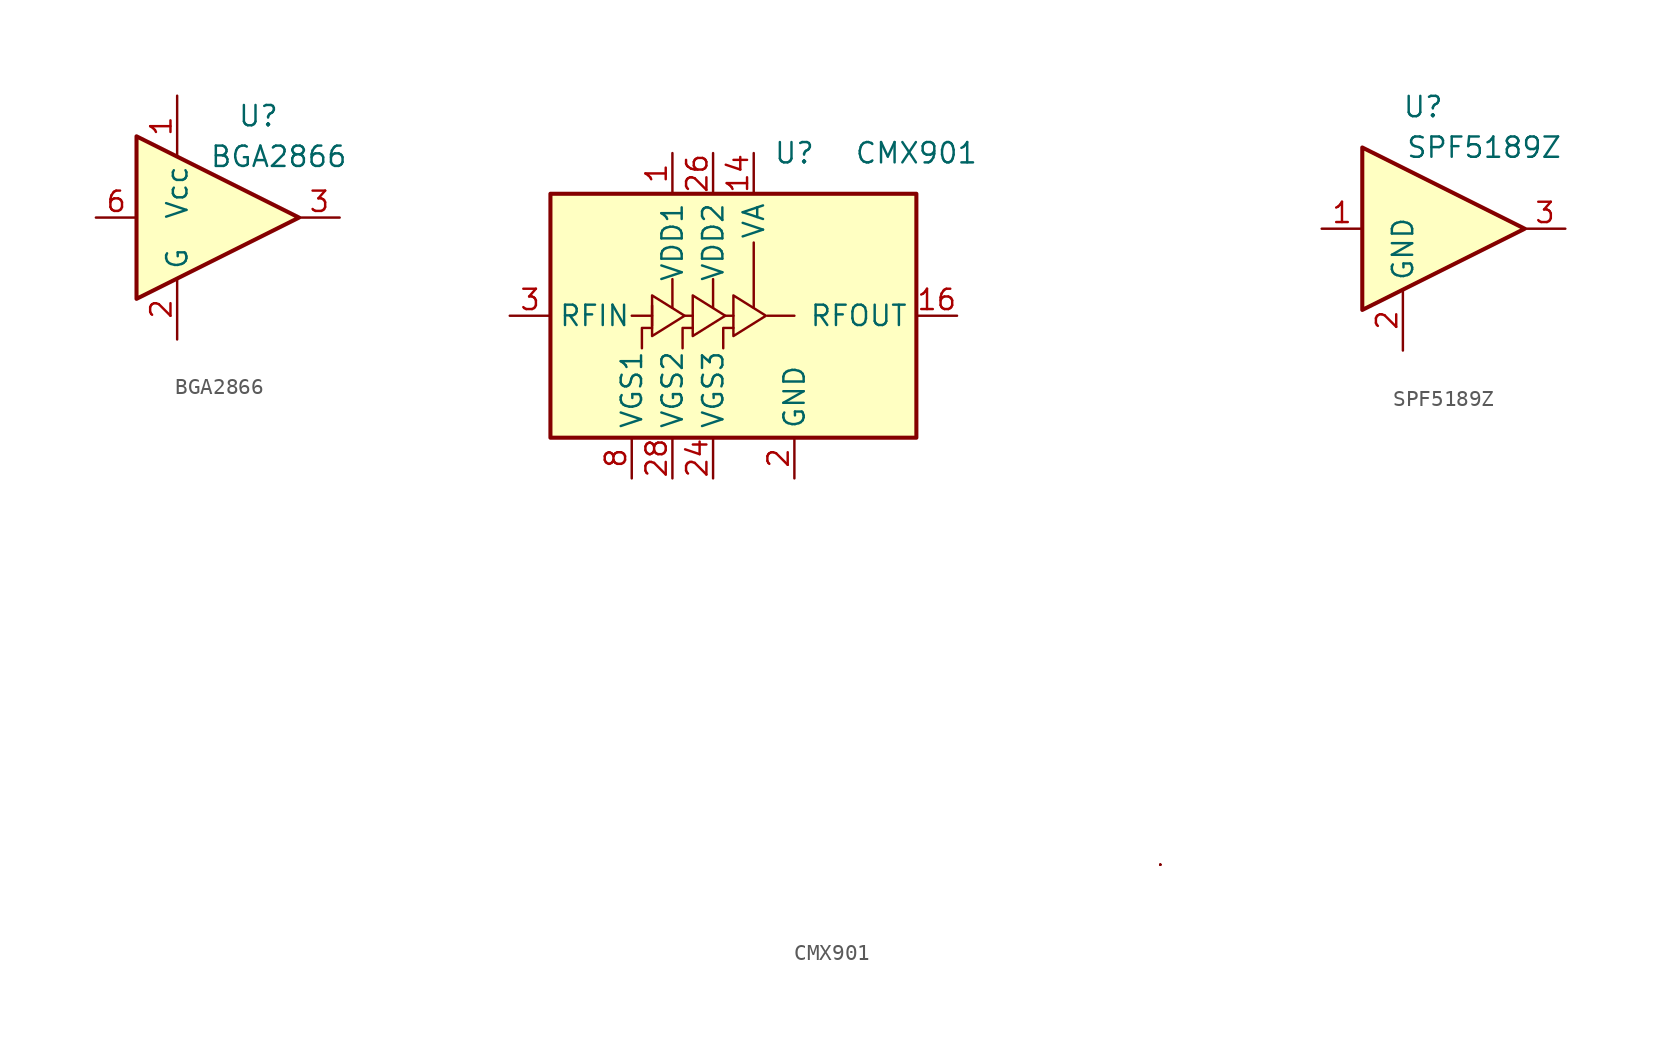
<source format=kicad_sym>
(kicad_symbol_lib
  (version 20241209)
  (generator "kicad_symbol_editor")
  (generator_version "9.0")
  (symbol "BGA2866"
    (property "Reference" "U"
      (at 2.54 6.35 0)
      (effects (font (size 1.27 1.27))))
    (property "Value" "BGA2866"
      (at 3.81 3.81 0)
      (effects (font (size 1.27 1.27))))
    (symbol "BGA2866_0_1"
      (polyline (pts (xy 5.08 0) (xy -5.08 5.08) (xy -5.08 -5.08) (xy 5.08 0)) (stroke (width 0.254) (type default)) (fill (type background))))
    (symbol "BGA2866_1_1"
      (pin input line (at -7.62 0 0) (length 2.54) (name "~" (effects (font (size 1.27 1.27)))) (number "6" (effects (font (size 1.27 1.27)))))
      (pin power_in line (at -2.54 7.62 270) (length 3.81) (name "Vcc" (effects (font (size 1.27 1.27)))) (number "1" (effects (font (size 1.27 1.27)))))
      (pin power_in line (at -2.54 -7.62 90) (length 3.81) (name "G" (effects (font (size 1.27 1.27)))) (number "2" (effects (font (size 1.27 1.27)))))
      (pin passive line (at -2.54 -7.62 90) (length 3.81) (hide yes) (name "G" (effects (font (size 1.27 1.27)))) (number "4" (effects (font (size 1.27 1.27)))))
      (pin passive line (at -2.54 -7.62 90) (length 3.81) (hide yes) (name "G" (effects (font (size 1.27 1.27)))) (number "5" (effects (font (size 1.27 1.27)))))
      (pin output line (at 7.62 0 180) (length 2.54) (name "~" (effects (font (size 1.27 1.27)))) (number "3" (effects (font (size 1.27 1.27)))))))
  (symbol "CMX901"
    (property "Reference" "U"
      (at 2.54 10.16 0)
      (effects (font (size 1.27 1.27))))
    (property "Value" "CMX901"
      (at 10.16 10.16 0)
      (effects (font (size 1.27 1.27))))
    (symbol "CMX901_0_0"
      (pin passive line (at 2.54 -10.16 90) (length 2.54) (hide yes) (name "GND" (effects (font (size 1.27 1.27)))) (number "10" (effects (font (size 1.27 1.27)))))
      (pin passive line (at 2.54 -10.16 90) (length 2.54) (hide yes) (name "GND" (effects (font (size 1.27 1.27)))) (number "11" (effects (font (size 1.27 1.27)))))
      (pin passive line (at 2.54 -10.16 90) (length 2.54) (hide yes) (name "GND" (effects (font (size 1.27 1.27)))) (number "12" (effects (font (size 1.27 1.27)))))
      (pin passive line (at 2.54 -10.16 90) (length 2.54) (hide yes) (name "GND" (effects (font (size 1.27 1.27)))) (number "13" (effects (font (size 1.27 1.27)))))
      (pin passive line (at 2.54 -10.16 90) (length 2.54) (hide yes) (name "GND" (effects (font (size 1.27 1.27)))) (number "15" (effects (font (size 1.27 1.27)))))
      (pin power_in line (at 2.54 -10.16 90) (length 2.54) (name "GND" (effects (font (size 1.27 1.27)))) (number "2" (effects (font (size 1.27 1.27)))))
      (pin passive line (at 2.54 -10.16 90) (length 2.54) (hide yes) (name "GND" (effects (font (size 1.27 1.27)))) (number "21" (effects (font (size 1.27 1.27)))))
      (pin passive line (at 2.54 -10.16 90) (length 2.54) (hide yes) (name "GND" (effects (font (size 1.27 1.27)))) (number "22" (effects (font (size 1.27 1.27)))))
      (pin passive line (at 2.54 -10.16 90) (length 2.54) (hide yes) (name "GND" (effects (font (size 1.27 1.27)))) (number "23" (effects (font (size 1.27 1.27)))))
      (pin passive line (at 2.54 -10.16 90) (length 2.54) (hide yes) (name "GND" (effects (font (size 1.27 1.27)))) (number "25" (effects (font (size 1.27 1.27)))))
      (pin passive line (at 2.54 -10.16 90) (length 2.54) (hide yes) (name "GND" (effects (font (size 1.27 1.27)))) (number "27" (effects (font (size 1.27 1.27)))))
      (pin passive line (at 2.54 -10.16 90) (length 2.54) (hide yes) (name "GND" (effects (font (size 1.27 1.27)))) (number "29" (effects (font (size 1.27 1.27)))))
      (pin passive line (at 2.54 -10.16 90) (length 2.54) (hide yes) (name "GND" (effects (font (size 1.27 1.27)))) (number "4" (effects (font (size 1.27 1.27)))))
      (pin passive line (at 2.54 -10.16 90) (length 2.54) (hide yes) (name "GND" (effects (font (size 1.27 1.27)))) (number "6" (effects (font (size 1.27 1.27)))))
      (pin passive line (at 2.54 -10.16 90) (length 2.54) (hide yes) (name "GND" (effects (font (size 1.27 1.27)))) (number "7" (effects (font (size 1.27 1.27)))))
      (pin passive line (at 2.54 -10.16 90) (length 2.54) (hide yes) (name "GND" (effects (font (size 1.27 1.27)))) (number "9" (effects (font (size 1.27 1.27))))))
    (symbol "CMX901_0_1"
      (rectangle (start -12.7 7.62) (end 10.16 -7.62) (stroke (width 0.254) (type default)) (fill (type background)))
      (polyline (pts (xy -7.62 0) (xy -6.35 0)) (stroke (width 0) (type default)) (fill (type none)))
      (polyline (pts (xy -6.35 0) (xy -6.35 1.27) (xy -4.318 0) (xy -6.35 -1.27) (xy -6.35 0)) (stroke (width 0) (type default)) (fill (type none)))
      (polyline (pts (xy -6.35 -0.635) (xy -6.35 0.635)) (stroke (width 0) (type default)) (fill (type none)))
      (polyline (pts (xy -6.35 -0.762) (xy -6.985 -0.762) (xy -6.985 -2.032)) (stroke (width 0) (type default)) (fill (type none)))
      (polyline (pts (xy -5.08 0.508) (xy -5.08 2.286)) (stroke (width 0) (type default)) (fill (type none)))
      (polyline (pts (xy -4.318 0) (xy -3.81 0)) (stroke (width 0) (type default)) (fill (type none)))
      (polyline (pts (xy -3.81 0) (xy -3.81 1.27) (xy -1.778 0) (xy -3.81 -1.27) (xy -3.81 0)) (stroke (width 0) (type default)) (fill (type none)))
      (polyline (pts (xy -3.81 -0.762) (xy -4.445 -0.762) (xy -4.445 -2.032)) (stroke (width 0) (type default)) (fill (type none)))
      (polyline (pts (xy -2.54 0.508) (xy -2.54 2.286)) (stroke (width 0) (type default)) (fill (type none)))
      (polyline (pts (xy -1.778 0) (xy -1.27 0)) (stroke (width 0) (type default)) (fill (type none)))
      (polyline (pts (xy -1.27 0) (xy -1.27 1.27) (xy 0.762 0) (xy -1.27 -1.27) (xy -1.27 0)) (stroke (width 0) (type default)) (fill (type none)))
      (polyline (pts (xy -1.27 -0.762) (xy -1.905 -0.762) (xy -1.905 -2.032)) (stroke (width 0) (type default)) (fill (type none)))
      (polyline (pts (xy 0 0.508) (xy 0 4.572)) (stroke (width 0) (type default)) (fill (type none)))
      (polyline (pts (xy 0.864 0) (xy 2.54 0)) (stroke (width 0) (type default)) (fill (type none)))
      (polyline (pts (xy 25.4 -34.29) (xy 25.4 -34.29)) (stroke (width 0) (type default)) (fill (type none)))
      (polyline (pts (xy 25.4 -34.29) (xy 25.4 -34.29)) (stroke (width 0) (type default)) (fill (type none)))
      (polyline (pts (xy 25.4 -34.29) (xy 25.4 -34.29)) (stroke (width 0) (type default)) (fill (type none)))
      (polyline (pts (xy 25.4 -34.29) (xy 25.4 -34.29)) (stroke (width 0) (type default)) (fill (type none))))
    (symbol "CMX901_1_1"
      (pin input line (at -15.24 0 0) (length 2.54) (name "RFIN" (effects (font (size 1.27 1.27)))) (number "3" (effects (font (size 1.27 1.27)))))
      (pin input line (at -15.24 0 0) (length 2.54) (hide yes) (name "RFIN" (effects (font (size 1.27 1.27)))) (number "5" (effects (font (size 1.27 1.27)))))
      (pin input line (at -7.62 -10.16 90) (length 2.54) (name "VGS1" (effects (font (size 1.27 1.27)))) (number "8" (effects (font (size 1.27 1.27)))))
      (pin power_in line (at -5.08 10.16 270) (length 2.54) (name "VDD1" (effects (font (size 1.27 1.27)))) (number "1" (effects (font (size 1.27 1.27)))))
      (pin input line (at -5.08 -10.16 90) (length 2.54) (name "VGS2" (effects (font (size 1.27 1.27)))) (number "28" (effects (font (size 1.27 1.27)))))
      (pin power_in line (at -2.54 10.16 270) (length 2.54) (name "VDD2" (effects (font (size 1.27 1.27)))) (number "26" (effects (font (size 1.27 1.27)))))
      (pin input line (at -2.54 -10.16 90) (length 2.54) (name "VGS3" (effects (font (size 1.27 1.27)))) (number "24" (effects (font (size 1.27 1.27)))))
      (pin power_in line (at 0 10.16 270) (length 2.54) (name "VA" (effects (font (size 1.27 1.27)))) (number "14" (effects (font (size 1.27 1.27)))))
      (pin output line (at 12.7 0 180) (length 2.54) (name "RFOUT" (effects (font (size 1.27 1.27)))) (number "16" (effects (font (size 1.27 1.27)))))
      (pin output line (at 12.7 0 180) (length 2.54) (hide yes) (name "RFOUT" (effects (font (size 1.27 1.27)))) (number "17" (effects (font (size 1.27 1.27)))))
      (pin output line (at 12.7 0 180) (length 2.54) (hide yes) (name "RFOUT" (effects (font (size 1.27 1.27)))) (number "18" (effects (font (size 1.27 1.27)))))
      (pin output line (at 12.7 0 180) (length 2.54) (hide yes) (name "RFOUT" (effects (font (size 1.27 1.27)))) (number "19" (effects (font (size 1.27 1.27)))))
      (pin output line (at 12.7 0 180) (length 2.54) (hide yes) (name "RFOUT" (effects (font (size 1.27 1.27)))) (number "20" (effects (font (size 1.27 1.27)))))))
  (symbol "SPF5189Z"
    (property "Reference" "U"
      (at -1.27 7.62 0)
      (effects (font (size 1.27 1.27))))
    (property "Value" "SPF5189Z"
      (at 2.54 5.08 0)
      (effects (font (size 1.27 1.27))))
    (symbol "SPF5189Z_0_1"
      (polyline (pts (xy 5.08 0) (xy -5.08 5.08) (xy -5.08 -5.08) (xy 5.08 0)) (stroke (width 0.254) (type default)) (fill (type background))))
    (symbol "SPF5189Z_1_1"
      (pin input line (at -7.62 0 0) (length 2.54) (name "~" (effects (font (size 1.27 1.27)))) (number "1" (effects (font (size 1.27 1.27)))))
      (pin power_in line (at -2.54 -7.62 90) (length 3.81) (name "GND" (effects (font (size 1.27 1.27)))) (number "2" (effects (font (size 1.27 1.27)))))
      (pin output line (at 7.62 0 180) (length 2.54) (name "~" (effects (font (size 1.27 1.27)))) (number "3" (effects (font (size 1.27 1.27))))))))
</source>
